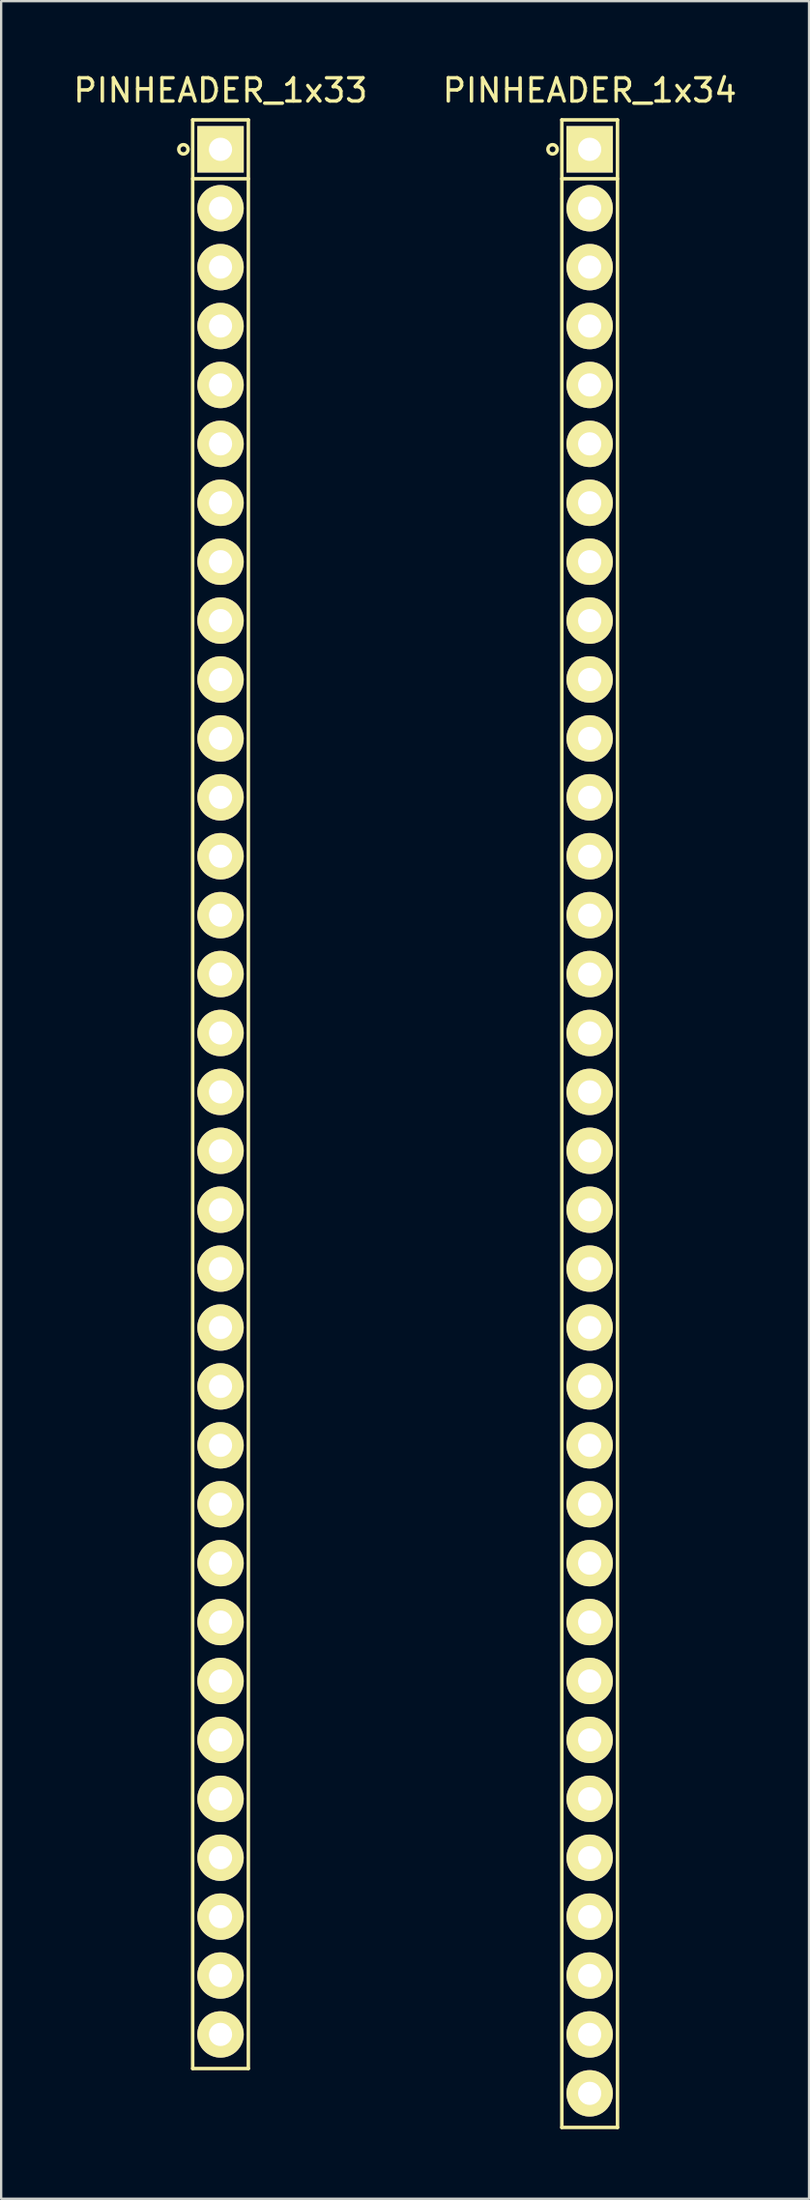
<source format=kicad_pcb>
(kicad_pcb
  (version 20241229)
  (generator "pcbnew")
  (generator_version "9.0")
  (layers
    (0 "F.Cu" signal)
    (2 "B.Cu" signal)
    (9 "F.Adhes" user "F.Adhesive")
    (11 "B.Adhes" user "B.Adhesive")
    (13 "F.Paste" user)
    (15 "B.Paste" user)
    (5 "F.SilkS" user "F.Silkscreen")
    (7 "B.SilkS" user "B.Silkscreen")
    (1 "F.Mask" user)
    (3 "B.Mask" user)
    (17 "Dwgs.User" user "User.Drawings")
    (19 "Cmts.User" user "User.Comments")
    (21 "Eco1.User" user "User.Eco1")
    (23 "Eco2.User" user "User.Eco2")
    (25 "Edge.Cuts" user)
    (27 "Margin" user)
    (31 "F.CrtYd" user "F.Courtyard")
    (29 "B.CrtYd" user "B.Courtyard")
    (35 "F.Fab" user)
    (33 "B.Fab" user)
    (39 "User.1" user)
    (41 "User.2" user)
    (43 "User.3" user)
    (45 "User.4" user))
  (footprint "PINHEADER_1x33"
    (layer "F.Cu")
    (at 6.458 3.388)
    (property "Reference" "PINHEADER_1x33" (at 0 -2.54 0) (layer "F.SilkS") (effects (font (size 1 1) (thickness 0.15))))
    (attr through_hole)
    (fp_line (start -1.2 -1.27) (end 1.2 -1.27) (stroke (width 0.15) (type solid)) (layer "F.SilkS"))
    (fp_line (start -1.2 1.27) (end 1.2 1.27) (stroke (width 0.15) (type solid)) (layer "F.SilkS"))
    (fp_line (start -1.2 82.75) (end -1.2 -1.27) (stroke (width 0.15) (type solid)) (layer "F.SilkS"))
    (fp_line (start 1.2 -1.27) (end 1.2 82.75) (stroke (width 0.15) (type solid)) (layer "F.SilkS"))
    (fp_line (start 1.2 82.75) (end -1.2 82.75) (stroke (width 0.15) (type solid)) (layer "F.SilkS"))
    (fp_circle (center -1.6 0) (end -1.6 0.2) (stroke (width 0.15) (type solid)) (fill no) (layer "F.SilkS"))
    (pad "1" thru_hole rect (at 0 0) (size 2 2) (drill 1) (layers "*.Cu" "*.Mask" "F.SilkS"))
    (pad "2" thru_hole circle (at 0 2.54) (size 2 2) (drill 1) (layers "*.Cu" "*.Mask" "F.SilkS"))
    (pad "3" thru_hole circle (at 0 5.08) (size 2 2) (drill 1) (layers "*.Cu" "*.Mask" "F.SilkS"))
    (pad "4" thru_hole circle (at 0 7.62) (size 2 2) (drill 1) (layers "*.Cu" "*.Mask" "F.SilkS"))
    (pad "5" thru_hole circle (at 0 10.16) (size 2 2) (drill 1) (layers "*.Cu" "*.Mask" "F.SilkS"))
    (pad "6" thru_hole circle (at 0 12.7) (size 2 2) (drill 1) (layers "*.Cu" "*.Mask" "F.SilkS"))
    (pad "7" thru_hole circle (at 0 15.24) (size 2 2) (drill 1) (layers "*.Cu" "*.Mask" "F.SilkS"))
    (pad "8" thru_hole circle (at 0 17.78) (size 2 2) (drill 1) (layers "*.Cu" "*.Mask" "F.SilkS"))
    (pad "9" thru_hole circle (at 0 20.32) (size 2 2) (drill 1) (layers "*.Cu" "*.Mask" "F.SilkS"))
    (pad "10" thru_hole circle (at 0 22.86) (size 2 2) (drill 1) (layers "*.Cu" "*.Mask" "F.SilkS"))
    (pad "11" thru_hole circle (at 0 25.4) (size 2 2) (drill 1) (layers "*.Cu" "*.Mask" "F.SilkS"))
    (pad "12" thru_hole circle (at 0 27.94) (size 2 2) (drill 1) (layers "*.Cu" "*.Mask" "F.SilkS"))
    (pad "13" thru_hole circle (at 0 30.48) (size 2 2) (drill 1) (layers "*.Cu" "*.Mask" "F.SilkS"))
    (pad "14" thru_hole circle (at 0 33.02) (size 2 2) (drill 1) (layers "*.Cu" "*.Mask" "F.SilkS"))
    (pad "15" thru_hole circle (at 0 35.56) (size 2 2) (drill 1) (layers "*.Cu" "*.Mask" "F.SilkS"))
    (pad "16" thru_hole circle (at 0 38.1) (size 2 2) (drill 1) (layers "*.Cu" "*.Mask" "F.SilkS"))
    (pad "17" thru_hole circle (at 0 40.64) (size 2 2) (drill 1) (layers "*.Cu" "*.Mask" "F.SilkS"))
    (pad "18" thru_hole circle (at 0 43.18) (size 2 2) (drill 1) (layers "*.Cu" "*.Mask" "F.SilkS"))
    (pad "19" thru_hole circle (at 0 45.72) (size 2 2) (drill 1) (layers "*.Cu" "*.Mask" "F.SilkS"))
    (pad "20" thru_hole circle (at 0 48.26) (size 2 2) (drill 1) (layers "*.Cu" "*.Mask" "F.SilkS"))
    (pad "21" thru_hole circle (at 0 50.8) (size 2 2) (drill 1) (layers "*.Cu" "*.Mask" "F.SilkS"))
    (pad "22" thru_hole circle (at 0 53.34) (size 2 2) (drill 1) (layers "*.Cu" "*.Mask" "F.SilkS"))
    (pad "23" thru_hole circle (at 0 55.88) (size 2 2) (drill 1) (layers "*.Cu" "*.Mask" "F.SilkS"))
    (pad "24" thru_hole circle (at 0 58.42) (size 2 2) (drill 1) (layers "*.Cu" "*.Mask" "F.SilkS"))
    (pad "25" thru_hole circle (at 0 60.96) (size 2 2) (drill 1) (layers "*.Cu" "*.Mask" "F.SilkS"))
    (pad "26" thru_hole circle (at 0 63.5) (size 2 2) (drill 1) (layers "*.Cu" "*.Mask" "F.SilkS"))
    (pad "27" thru_hole circle (at 0 66.04) (size 2 2) (drill 1) (layers "*.Cu" "*.Mask" "F.SilkS"))
    (pad "28" thru_hole circle (at 0 68.58) (size 2 2) (drill 1) (layers "*.Cu" "*.Mask" "F.SilkS"))
    (pad "29" thru_hole circle (at 0 71.12) (size 2 2) (drill 1) (layers "*.Cu" "*.Mask" "F.SilkS"))
    (pad "30" thru_hole circle (at 0 73.66) (size 2 2) (drill 1) (layers "*.Cu" "*.Mask" "F.SilkS"))
    (pad "31" thru_hole circle (at 0 76.2) (size 2 2) (drill 1) (layers "*.Cu" "*.Mask" "F.SilkS"))
    (pad "32" thru_hole circle (at 0 78.74) (size 2 2) (drill 1) (layers "*.Cu" "*.Mask" "F.SilkS"))
    (pad "33" thru_hole circle (at 0 81.28) (size 2 2) (drill 1) (layers "*.Cu" "*.Mask" "F.SilkS")))
  (footprint "PINHEADER_1x34"
    (layer "F.Cu")
    (at 22.375 3.388)
    (property "Reference" "PINHEADER_1x34" (at 0 -2.54 0) (layer "F.SilkS") (effects (font (size 1 1) (thickness 0.15))))
    (attr through_hole)
    (fp_line (start -1.2 -1.27) (end 1.2 -1.27) (stroke (width 0.15) (type solid)) (layer "F.SilkS"))
    (fp_line (start -1.2 1.27) (end 1.2 1.27) (stroke (width 0.15) (type solid)) (layer "F.SilkS"))
    (fp_line (start -1.2 85.29) (end -1.2 -1.27) (stroke (width 0.15) (type solid)) (layer "F.SilkS"))
    (fp_line (start 1.2 -1.27) (end 1.2 85.29) (stroke (width 0.15) (type solid)) (layer "F.SilkS"))
    (fp_line (start 1.2 85.29) (end -1.2 85.29) (stroke (width 0.15) (type solid)) (layer "F.SilkS"))
    (fp_circle (center -1.6 0) (end -1.6 0.2) (stroke (width 0.15) (type solid)) (fill no) (layer "F.SilkS"))
    (pad "1" thru_hole rect (at 0 0) (size 2 2) (drill 1) (layers "*.Cu" "*.Mask" "F.SilkS"))
    (pad "2" thru_hole circle (at 0 2.54) (size 2 2) (drill 1) (layers "*.Cu" "*.Mask" "F.SilkS"))
    (pad "3" thru_hole circle (at 0 5.08) (size 2 2) (drill 1) (layers "*.Cu" "*.Mask" "F.SilkS"))
    (pad "4" thru_hole circle (at 0 7.62) (size 2 2) (drill 1) (layers "*.Cu" "*.Mask" "F.SilkS"))
    (pad "5" thru_hole circle (at 0 10.16) (size 2 2) (drill 1) (layers "*.Cu" "*.Mask" "F.SilkS"))
    (pad "6" thru_hole circle (at 0 12.7) (size 2 2) (drill 1) (layers "*.Cu" "*.Mask" "F.SilkS"))
    (pad "7" thru_hole circle (at 0 15.24) (size 2 2) (drill 1) (layers "*.Cu" "*.Mask" "F.SilkS"))
    (pad "8" thru_hole circle (at 0 17.78) (size 2 2) (drill 1) (layers "*.Cu" "*.Mask" "F.SilkS"))
    (pad "9" thru_hole circle (at 0 20.32) (size 2 2) (drill 1) (layers "*.Cu" "*.Mask" "F.SilkS"))
    (pad "10" thru_hole circle (at 0 22.86) (size 2 2) (drill 1) (layers "*.Cu" "*.Mask" "F.SilkS"))
    (pad "11" thru_hole circle (at 0 25.4) (size 2 2) (drill 1) (layers "*.Cu" "*.Mask" "F.SilkS"))
    (pad "12" thru_hole circle (at 0 27.94) (size 2 2) (drill 1) (layers "*.Cu" "*.Mask" "F.SilkS"))
    (pad "13" thru_hole circle (at 0 30.48) (size 2 2) (drill 1) (layers "*.Cu" "*.Mask" "F.SilkS"))
    (pad "14" thru_hole circle (at 0 33.02) (size 2 2) (drill 1) (layers "*.Cu" "*.Mask" "F.SilkS"))
    (pad "15" thru_hole circle (at 0 35.56) (size 2 2) (drill 1) (layers "*.Cu" "*.Mask" "F.SilkS"))
    (pad "16" thru_hole circle (at 0 38.1) (size 2 2) (drill 1) (layers "*.Cu" "*.Mask" "F.SilkS"))
    (pad "17" thru_hole circle (at 0 40.64) (size 2 2) (drill 1) (layers "*.Cu" "*.Mask" "F.SilkS"))
    (pad "18" thru_hole circle (at 0 43.18) (size 2 2) (drill 1) (layers "*.Cu" "*.Mask" "F.SilkS"))
    (pad "19" thru_hole circle (at 0 45.72) (size 2 2) (drill 1) (layers "*.Cu" "*.Mask" "F.SilkS"))
    (pad "20" thru_hole circle (at 0 48.26) (size 2 2) (drill 1) (layers "*.Cu" "*.Mask" "F.SilkS"))
    (pad "21" thru_hole circle (at 0 50.8) (size 2 2) (drill 1) (layers "*.Cu" "*.Mask" "F.SilkS"))
    (pad "22" thru_hole circle (at 0 53.34) (size 2 2) (drill 1) (layers "*.Cu" "*.Mask" "F.SilkS"))
    (pad "23" thru_hole circle (at 0 55.88) (size 2 2) (drill 1) (layers "*.Cu" "*.Mask" "F.SilkS"))
    (pad "24" thru_hole circle (at 0 58.42) (size 2 2) (drill 1) (layers "*.Cu" "*.Mask" "F.SilkS"))
    (pad "25" thru_hole circle (at 0 60.96) (size 2 2) (drill 1) (layers "*.Cu" "*.Mask" "F.SilkS"))
    (pad "26" thru_hole circle (at 0 63.5) (size 2 2) (drill 1) (layers "*.Cu" "*.Mask" "F.SilkS"))
    (pad "27" thru_hole circle (at 0 66.04) (size 2 2) (drill 1) (layers "*.Cu" "*.Mask" "F.SilkS"))
    (pad "28" thru_hole circle (at 0 68.58) (size 2 2) (drill 1) (layers "*.Cu" "*.Mask" "F.SilkS"))
    (pad "29" thru_hole circle (at 0 71.12) (size 2 2) (drill 1) (layers "*.Cu" "*.Mask" "F.SilkS"))
    (pad "30" thru_hole circle (at 0 73.66) (size 2 2) (drill 1) (layers "*.Cu" "*.Mask" "F.SilkS"))
    (pad "31" thru_hole circle (at 0 76.2) (size 2 2) (drill 1) (layers "*.Cu" "*.Mask" "F.SilkS"))
    (pad "32" thru_hole circle (at 0 78.74) (size 2 2) (drill 1) (layers "*.Cu" "*.Mask" "F.SilkS"))
    (pad "33" thru_hole circle (at 0 81.28) (size 2 2) (drill 1) (layers "*.Cu" "*.Mask" "F.SilkS"))
    (pad "34" thru_hole circle (at 0 83.82) (size 2 2) (drill 1) (layers "*.Cu" "*.Mask" "F.SilkS")))
  (gr_rect
    (start -3 -3)
    (end 31.833 91.753)
    (stroke (width 0.1) (type default))
    (fill no)
    (layer "Edge.Cuts")))
</source>
